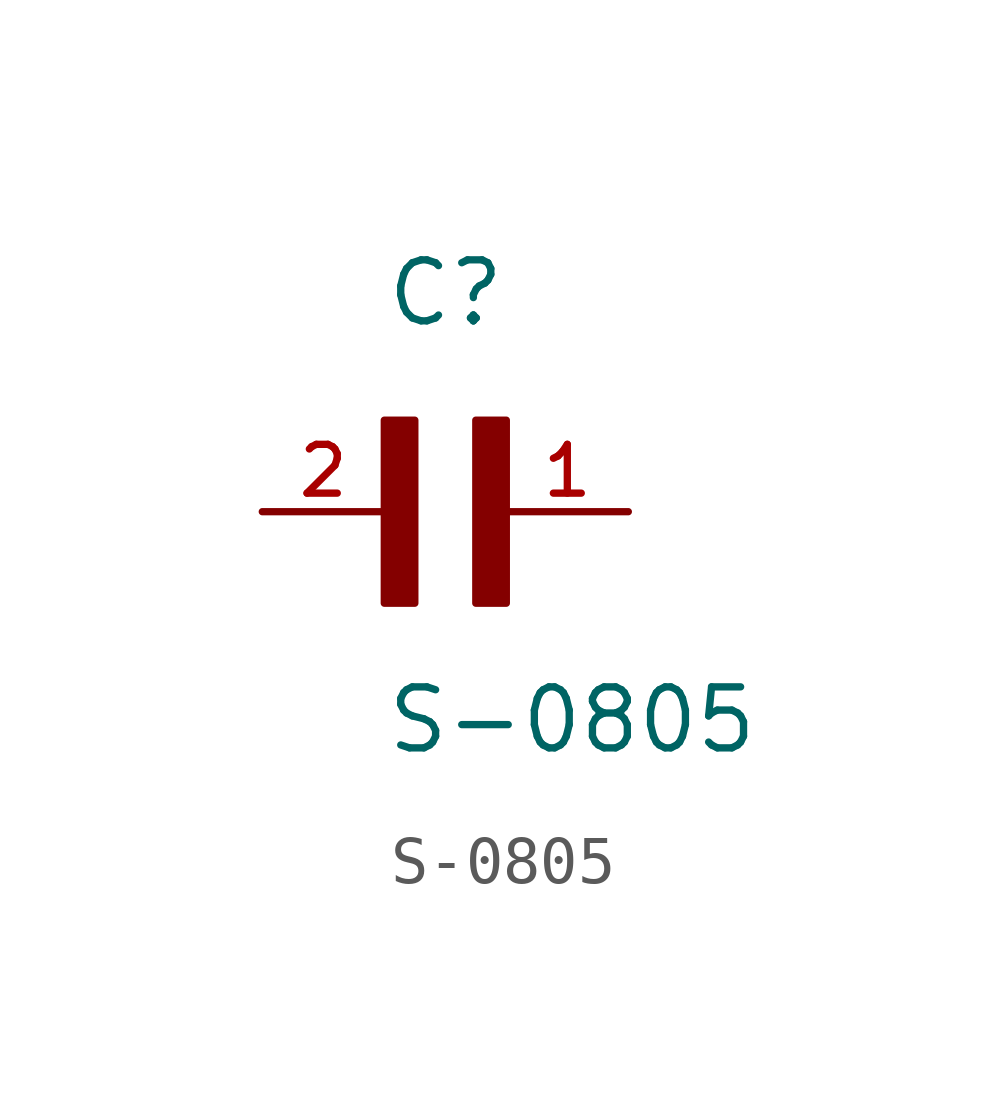
<source format=kicad_sym>
(kicad_symbol_lib
  (version 20211014)
  (generator kicad_symbol_editor)
  (symbol "S-0805"
    (pin_names
      (offset 1.016) hide)
    (property "Reference" "C"
      (at 0 3.81 0)
      (effects (font (size 1.27 1.27)) (justify left bottom)))
    (property "Value" "S-0805"
      (at 0 -5.08 0)
      (effects (font (size 1.27 1.27)) (justify left bottom)))
    (property "ki_locked" ""
      (at 0 0 0)
      (effects (font (size 1.27 1.27))))
    (symbol "S-0805_0_0"
      (rectangle (start 0 -1.905) (end 0.635 1.905) (stroke (width 0) (type default) (color 0 0 0 0)) (fill (type outline)))
      (rectangle (start 1.905 -1.905) (end 2.54 1.905) (stroke (width 0) (type default) (color 0 0 0 0)) (fill (type outline)))
      (pin passive line (at 5.08 0 180) (length 2.54) (name "~" (effects (font (size 1.016 1.016)))) (number "1" (effects (font (size 1.016 1.016)))))
      (pin passive line (at -2.54 0 0) (length 2.54) (name "~" (effects (font (size 1.016 1.016)))) (number "2" (effects (font (size 1.016 1.016))))))))
</source>
